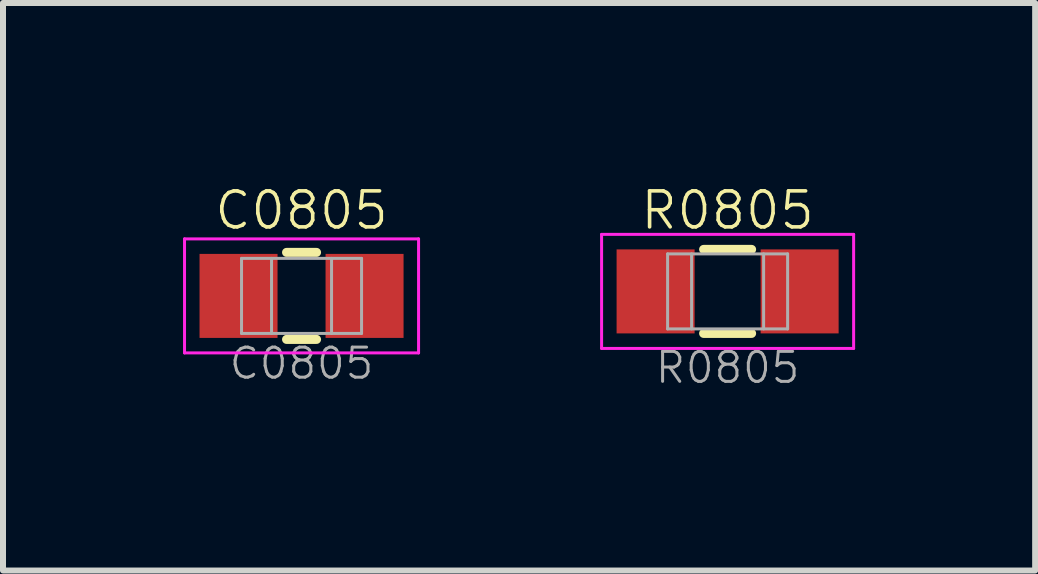
<source format=kicad_pcb>
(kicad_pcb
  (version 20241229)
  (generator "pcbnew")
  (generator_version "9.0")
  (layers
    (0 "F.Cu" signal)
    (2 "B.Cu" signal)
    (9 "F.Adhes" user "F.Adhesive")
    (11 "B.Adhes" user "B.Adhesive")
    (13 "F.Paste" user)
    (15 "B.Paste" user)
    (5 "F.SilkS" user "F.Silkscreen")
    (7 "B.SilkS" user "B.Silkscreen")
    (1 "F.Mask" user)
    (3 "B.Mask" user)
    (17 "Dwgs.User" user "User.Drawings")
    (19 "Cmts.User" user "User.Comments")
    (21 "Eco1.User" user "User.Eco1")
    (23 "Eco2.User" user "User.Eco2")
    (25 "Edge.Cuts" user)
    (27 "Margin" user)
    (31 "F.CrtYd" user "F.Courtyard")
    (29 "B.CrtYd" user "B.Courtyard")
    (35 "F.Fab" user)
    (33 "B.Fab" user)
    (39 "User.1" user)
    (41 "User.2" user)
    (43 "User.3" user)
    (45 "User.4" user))
  (footprint "R0805"
    (layer "F.Cu")
    (at 9.075 1.806)
    (property "Reference" "R0805" (at 0 1.27 0) (layer "F.Fab") (effects (font (size 0.5 0.5) (thickness 0.05))))
    (attr smd)
    (fp_line (start -0.4 -0.7) (end 0.4 -0.7) (stroke (width 0.15) (type solid)) (layer "F.SilkS"))
    (fp_line (start -0.4 0.7) (end 0.4 0.7) (stroke (width 0.15) (type solid)) (layer "F.SilkS"))
    (fp_line (start -2.1 -0.95) (end -2.1 0.95) (stroke (width 0.05) (type solid)) (layer "F.CrtYd"))
    (fp_line (start -2.1 -0.95) (end 2.1 -0.95) (stroke (width 0.05) (type solid)) (layer "F.CrtYd"))
    (fp_line (start -2.1 0.95) (end 2.1 0.95) (stroke (width 0.05) (type solid)) (layer "F.CrtYd"))
    (fp_line (start 2.1 -0.95) (end 2.1 0.95) (stroke (width 0.05) (type solid)) (layer "F.CrtYd"))
    (fp_line (start -1 -0.625) (end -1 0.625) (stroke (width 0.05) (type solid)) (layer "F.Fab"))
    (fp_line (start -1 -0.625) (end 1 -0.625) (stroke (width 0.05) (type solid)) (layer "F.Fab"))
    (fp_line (start -1 0.625) (end 1 0.625) (stroke (width 0.05) (type solid)) (layer "F.Fab"))
    (fp_line (start -0.6 -0.625) (end -0.6 0.625) (stroke (width 0.05) (type solid)) (layer "F.Fab"))
    (fp_line (start 0.6 -0.625) (end 0.6 0.625) (stroke (width 0.05) (type solid)) (layer "F.Fab"))
    (fp_line (start 1 -0.625) (end 1 0.625) (stroke (width 0.05) (type solid)) (layer "F.Fab"))
    (fp_text user "${REFERENCE}" (at 0 -1.35 0) (layer "F.SilkS") (effects (font (size 0.6 0.6) (thickness 0.06))))
    (fp_text user "${REFERENCE}" (at 0 0 0) (layer "Eco1.User") (effects (font (size 0.3 0.3) (thickness 0.03))))
    (pad "1" smd rect (at -1.2 0) (size 1.3 1.4) (layers "F.Cu" "F.Mask" "F.Paste"))
    (pad "2" smd rect (at 1.2 0) (size 1.3 1.4) (layers "F.Cu" "F.Mask" "F.Paste")))
  (footprint "C0805"
    (layer "F.Cu")
    (at 1.975 1.881)
    (property "Reference" "C0805" (at 0 1.125 0) (layer "F.Fab") (effects (font (size 0.5 0.5) (thickness 0.05))))
    (attr smd)
    (fp_line (start -0.25 -0.725) (end 0.25 -0.725) (stroke (width 0.15) (type solid)) (layer "F.SilkS"))
    (fp_line (start -0.25 0.725) (end 0.25 0.725) (stroke (width 0.15) (type solid)) (layer "F.SilkS"))
    (fp_line (start -1.95 -0.95) (end -1.95 0.95) (stroke (width 0.05) (type solid)) (layer "F.CrtYd"))
    (fp_line (start -1.95 -0.95) (end 1.95 -0.95) (stroke (width 0.05) (type solid)) (layer "F.CrtYd"))
    (fp_line (start -1.95 0.95) (end 1.95 0.95) (stroke (width 0.05) (type solid)) (layer "F.CrtYd"))
    (fp_line (start 1.95 -0.95) (end 1.95 0.95) (stroke (width 0.05) (type solid)) (layer "F.CrtYd"))
    (fp_line (start -1 -0.625) (end -1 0.625) (stroke (width 0.05) (type solid)) (layer "F.Fab"))
    (fp_line (start -1 -0.625) (end 1 -0.625) (stroke (width 0.05) (type solid)) (layer "F.Fab"))
    (fp_line (start -1 0.625) (end 1 0.625) (stroke (width 0.05) (type solid)) (layer "F.Fab"))
    (fp_line (start -0.5 -0.625) (end -0.5 0.625) (stroke (width 0.05) (type solid)) (layer "F.Fab"))
    (fp_line (start 0.5 -0.625) (end 0.5 0.625) (stroke (width 0.05) (type solid)) (layer "F.Fab"))
    (fp_line (start 1 -0.625) (end 1 0.625) (stroke (width 0.05) (type solid)) (layer "F.Fab"))
    (fp_text user "${REFERENCE}" (at 0 -1.425 0) (layer "F.SilkS") (effects (font (size 0.6 0.6) (thickness 0.06))))
    (fp_text user "${REFERENCE}" (at 0 0 0) (layer "Eco1.User") (effects (font (size 0.3 0.3) (thickness 0.03))))
    (pad "1" smd rect (at -1.05 0) (size 1.3 1.4) (layers "F.Cu" "F.Mask" "F.Paste"))
    (pad "2" smd rect (at 1.05 0) (size 1.3 1.4) (layers "F.Cu" "F.Mask" "F.Paste")))
  (gr_rect
    (start -3 -3)
    (end 14.2 6.457)
    (stroke (width 0.1) (type default))
    (fill no)
    (layer "Edge.Cuts")))
</source>
